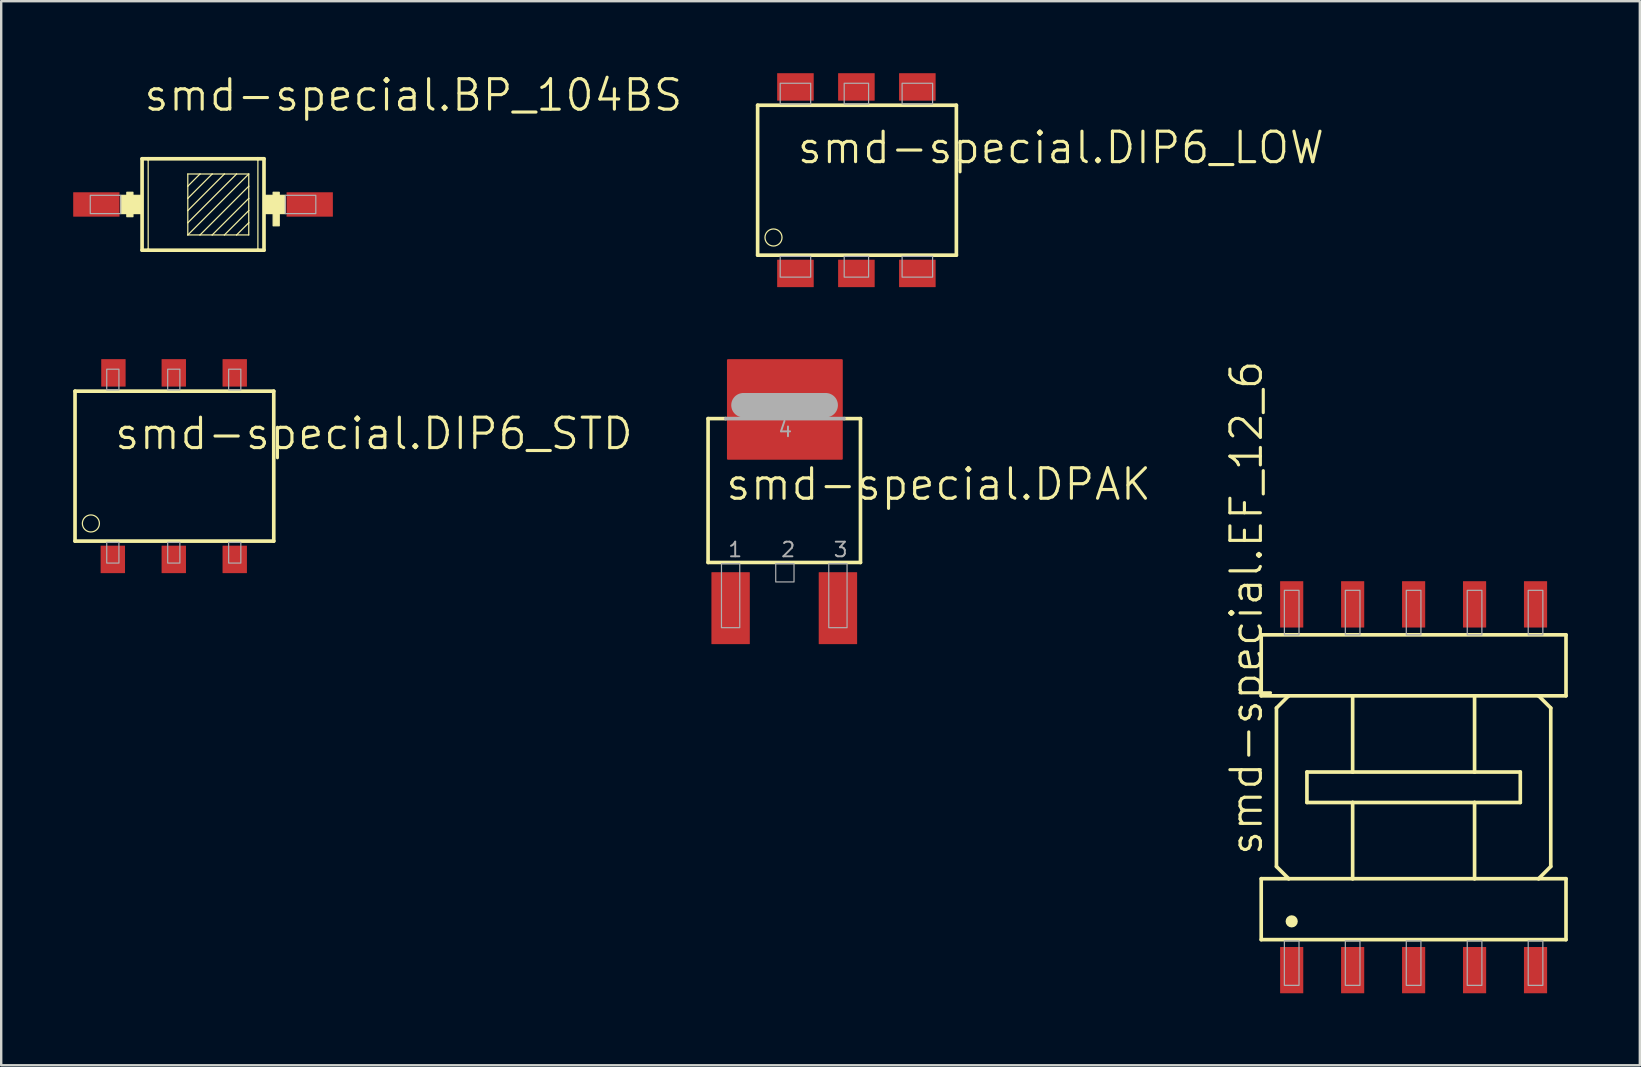
<source format=kicad_pcb>
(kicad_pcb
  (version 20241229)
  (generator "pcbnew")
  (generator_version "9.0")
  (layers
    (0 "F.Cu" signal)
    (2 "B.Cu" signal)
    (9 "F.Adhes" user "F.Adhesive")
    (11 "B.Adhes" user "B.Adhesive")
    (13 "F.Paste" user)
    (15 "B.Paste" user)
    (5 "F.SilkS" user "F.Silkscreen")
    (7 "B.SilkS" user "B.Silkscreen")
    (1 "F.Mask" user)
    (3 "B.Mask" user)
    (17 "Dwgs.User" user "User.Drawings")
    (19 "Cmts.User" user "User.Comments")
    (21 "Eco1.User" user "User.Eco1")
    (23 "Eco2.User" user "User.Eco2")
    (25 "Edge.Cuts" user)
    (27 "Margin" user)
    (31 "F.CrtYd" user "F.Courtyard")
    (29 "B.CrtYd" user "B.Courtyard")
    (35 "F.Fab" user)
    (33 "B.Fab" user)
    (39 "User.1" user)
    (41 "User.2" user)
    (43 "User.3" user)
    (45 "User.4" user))
  (footprint "smd-special.DPAK"
    (layer "F.Cu")
    (at 29.654 17.364)
    (property "Reference" "smd-special.DPAK" (at -2.54 0.508 0) (layer "F.SilkS") (effects (font (size 1.27 1.27) (thickness 0.13)) (justify left bottom)))
    (attr smd)
    (fp_line (start -3.2 -2.972) (end -3.2 3.023) (stroke (width 0.152) (type default)) (layer "F.SilkS"))
    (fp_line (start -3.2 -2.972) (end -2.464 -2.972) (stroke (width 0.152) (type default)) (layer "F.SilkS"))
    (fp_line (start 3.15 -2.972) (end 2.464 -2.972) (stroke (width 0.152) (type default)) (layer "F.SilkS"))
    (fp_line (start 3.15 3.023) (end -3.2 3.023) (stroke (width 0.152) (type default)) (layer "F.SilkS"))
    (fp_line (start 3.15 3.023) (end 3.15 -2.972) (stroke (width 0.152) (type default)) (layer "F.SilkS"))
    (fp_line (start -1.727 -3.531) (end 1.702 -3.531) (stroke (width 1.016) (type default)) (layer "F.Fab"))
    (fp_line (start 2.464 -2.972) (end -2.464 -2.972) (stroke (width 0.152) (type default)) (layer "F.Fab"))
    (fp_rect (start -2.642 5.74) (end -1.88 3.073) (stroke (width 0.05) (type default)) (fill no) (layer "F.Fab"))
    (fp_rect (start -0.381 3.835) (end 0.381 3.073) (stroke (width 0.05) (type default)) (fill no) (layer "F.Fab"))
    (fp_rect (start 1.829 5.74) (end 2.591 3.073) (stroke (width 0.05) (type default)) (fill no) (layer "F.Fab"))
    (fp_text user "2" (at -0.203 2.845 0) (layer "F.Fab") (effects (font (size 0.61 0.61) (thickness 0.08)) (justify left bottom)))
    (fp_text user "4" (at -0.33 -2.159 0) (layer "F.Fab") (effects (font (size 0.61 0.61) (thickness 0.08)) (justify left bottom)))
    (fp_text user "3" (at 1.981 2.845 0) (layer "F.Fab") (effects (font (size 0.61 0.61) (thickness 0.08)) (justify left bottom)))
    (fp_text user "1" (at -2.413 2.845 0) (layer "F.Fab") (effects (font (size 0.61 0.61) (thickness 0.08)) (justify left bottom)))
    (pad "1" smd roundrect (at -2.261 4.928) (size 1.6 2.997) (layers "F.Cu" "F.Mask" "F.Paste") (roundrect_rratio 0.01))
    (pad "3" smd roundrect (at 2.21 4.928) (size 1.6 2.997) (layers "F.Cu" "F.Mask" "F.Paste") (roundrect_rratio 0.01))
    (pad "4" smd roundrect (at 0 -3.353) (size 4.826 4.191) (layers "F.Cu" "F.Mask" "F.Paste") (roundrect_rratio 0.01)))
  (footprint "smd-special.DIP6_LOW"
    (layer "F.Cu")
    (at 32.634 4.458)
    (property "Reference" "smd-special.DIP6_LOW" (at -2.54 -0.61 0) (layer "F.SilkS") (effects (font (size 1.27 1.27) (thickness 0.13)) (justify left bottom)))
    (attr smd)
    (fp_line (start -4.115 -3.124) (end -4.115 3.124) (stroke (width 0.152) (type default)) (layer "F.SilkS"))
    (fp_line (start -4.115 3.124) (end 4.166 3.124) (stroke (width 0.152) (type default)) (layer "F.SilkS"))
    (fp_line (start 4.166 -3.124) (end -4.115 -3.124) (stroke (width 0.152) (type default)) (layer "F.SilkS"))
    (fp_line (start 4.166 3.124) (end 4.166 -3.124) (stroke (width 0.152) (type default)) (layer "F.SilkS"))
    (fp_circle (center -3.454 2.388) (end -3.099 2.388) (stroke (width 0.051) (type default)) (fill no) (layer "F.SilkS"))
    (fp_rect (start -3.175 -3.175) (end -1.905 -4.039) (stroke (width 0.05) (type default)) (fill no) (layer "F.Fab"))
    (fp_rect (start -3.175 4.039) (end -1.905 3.175) (stroke (width 0.05) (type default)) (fill no) (layer "F.Fab"))
    (fp_rect (start -0.508 -3.175) (end 0.508 -4.039) (stroke (width 0.05) (type default)) (fill no) (layer "F.Fab"))
    (fp_rect (start -0.508 4.039) (end 0.508 3.175) (stroke (width 0.05) (type default)) (fill no) (layer "F.Fab"))
    (fp_rect (start 1.905 -3.175) (end 3.175 -4.039) (stroke (width 0.05) (type default)) (fill no) (layer "F.Fab"))
    (fp_rect (start 1.905 4.039) (end 3.175 3.175) (stroke (width 0.05) (type default)) (fill no) (layer "F.Fab"))
    (pad "1" smd roundrect (at -2.54 3.886) (size 1.524 1.143) (layers "F.Cu" "F.Mask" "F.Paste") (roundrect_rratio 0.01))
    (pad "2" smd roundrect (at 0 3.886) (size 1.524 1.143) (layers "F.Cu" "F.Mask" "F.Paste") (roundrect_rratio 0.01))
    (pad "3" smd roundrect (at 2.54 3.886) (size 1.524 1.143) (layers "F.Cu" "F.Mask" "F.Paste") (roundrect_rratio 0.01))
    (pad "4" smd roundrect (at 2.54 -3.886) (size 1.524 1.143) (layers "F.Cu" "F.Mask" "F.Paste") (roundrect_rratio 0.01))
    (pad "5" smd roundrect (at 0 -3.886) (size 1.524 1.143) (layers "F.Cu" "F.Mask" "F.Paste") (roundrect_rratio 0.01))
    (pad "6" smd roundrect (at -2.54 -3.886) (size 1.524 1.143) (layers "F.Cu" "F.Mask" "F.Paste") (roundrect_rratio 0.01)))
  (footprint "smd-special.DIP6_STD"
    (layer "F.Cu")
    (at 4.191 16.373)
    (property "Reference" "smd-special.DIP6_STD" (at -2.54 -0.61 0) (layer "F.SilkS") (effects (font (size 1.27 1.27) (thickness 0.13)) (justify left bottom)))
    (attr smd)
    (fp_line (start -4.115 -3.124) (end -4.115 3.124) (stroke (width 0.152) (type default)) (layer "F.SilkS"))
    (fp_line (start -4.115 3.124) (end 4.166 3.124) (stroke (width 0.152) (type default)) (layer "F.SilkS"))
    (fp_line (start 4.166 -3.124) (end -4.115 -3.124) (stroke (width 0.152) (type default)) (layer "F.SilkS"))
    (fp_line (start 4.166 3.124) (end 4.166 -3.124) (stroke (width 0.152) (type default)) (layer "F.SilkS"))
    (fp_circle (center -3.454 2.388) (end -3.099 2.388) (stroke (width 0.051) (type default)) (fill no) (layer "F.SilkS"))
    (fp_rect (start -2.794 -3.175) (end -2.286 -4.039) (stroke (width 0.05) (type default)) (fill no) (layer "F.Fab"))
    (fp_rect (start -2.794 4.039) (end -2.286 3.175) (stroke (width 0.05) (type default)) (fill no) (layer "F.Fab"))
    (fp_rect (start -0.254 -3.175) (end 0.254 -4.039) (stroke (width 0.05) (type default)) (fill no) (layer "F.Fab"))
    (fp_rect (start -0.254 4.039) (end 0.254 3.175) (stroke (width 0.05) (type default)) (fill no) (layer "F.Fab"))
    (fp_rect (start 2.286 -3.175) (end 2.794 -4.039) (stroke (width 0.05) (type default)) (fill no) (layer "F.Fab"))
    (fp_rect (start 2.286 4.039) (end 2.794 3.175) (stroke (width 0.05) (type default)) (fill no) (layer "F.Fab"))
    (pad "1" smd roundrect (at -2.54 3.886) (size 1.016 1.143) (layers "F.Cu" "F.Mask" "F.Paste") (roundrect_rratio 0.01))
    (pad "2" smd roundrect (at 0 3.886) (size 1.016 1.143) (layers "F.Cu" "F.Mask" "F.Paste") (roundrect_rratio 0.01))
    (pad "3" smd roundrect (at 2.54 3.886) (size 1.016 1.143) (layers "F.Cu" "F.Mask" "F.Paste") (roundrect_rratio 0.01))
    (pad "4" smd roundrect (at 2.54 -3.886) (size 1.016 1.143) (layers "F.Cu" "F.Mask" "F.Paste") (roundrect_rratio 0.01))
    (pad "5" smd roundrect (at 0 -3.886) (size 1.016 1.143) (layers "F.Cu" "F.Mask" "F.Paste") (roundrect_rratio 0.01))
    (pad "6" smd roundrect (at -2.515 -3.886) (size 1.016 1.143) (layers "F.Cu" "F.Mask" "F.Paste") (roundrect_rratio 0.01)))
  (footprint "smd-special.EF_12_6"
    (layer "F.Cu")
    (at 55.852 29.753)
    (property "Reference" "smd-special.EF_12_6" (at -6.223 2.921 90) (layer "F.SilkS") (effects (font (size 1.27 1.27) (thickness 0.13)) (justify left bottom)))
    (attr smd)
    (fp_line (start -6.35 -6.35) (end -6.35 -3.81) (stroke (width 0.152) (type default)) (layer "F.SilkS"))
    (fp_line (start -6.35 6.35) (end -6.35 3.81) (stroke (width 0.152) (type default)) (layer "F.SilkS"))
    (fp_line (start -6.35 6.35) (end 6.35 6.35) (stroke (width 0.152) (type default)) (layer "F.SilkS"))
    (fp_line (start -5.715 -3.302) (end -5.715 3.302) (stroke (width 0.152) (type default)) (layer "F.SilkS"))
    (fp_line (start -5.715 -3.302) (end -5.207 -3.81) (stroke (width 0.152) (type default)) (layer "F.SilkS"))
    (fp_line (start -5.207 -3.81) (end -6.35 -3.81) (stroke (width 0.152) (type default)) (layer "F.SilkS"))
    (fp_line (start -5.207 3.81) (end -6.35 3.81) (stroke (width 0.152) (type default)) (layer "F.SilkS"))
    (fp_line (start -5.207 3.81) (end -5.715 3.302) (stroke (width 0.152) (type default)) (layer "F.SilkS"))
    (fp_line (start -4.445 -0.635) (end -4.445 0.635) (stroke (width 0.152) (type default)) (layer "F.SilkS"))
    (fp_line (start -4.445 -0.635) (end -2.54 -0.635) (stroke (width 0.152) (type default)) (layer "F.SilkS"))
    (fp_line (start -2.54 -3.81) (end -5.207 -3.81) (stroke (width 0.152) (type default)) (layer "F.SilkS"))
    (fp_line (start -2.54 -3.81) (end -2.54 -0.635) (stroke (width 0.152) (type default)) (layer "F.SilkS"))
    (fp_line (start -2.54 -0.635) (end 2.54 -0.635) (stroke (width 0.152) (type default)) (layer "F.SilkS"))
    (fp_line (start -2.54 0.635) (end -4.445 0.635) (stroke (width 0.152) (type default)) (layer "F.SilkS"))
    (fp_line (start -2.54 3.81) (end -5.207 3.81) (stroke (width 0.152) (type default)) (layer "F.SilkS"))
    (fp_line (start -2.54 3.81) (end -2.54 0.635) (stroke (width 0.152) (type default)) (layer "F.SilkS"))
    (fp_line (start 2.54 -3.81) (end -2.54 -3.81) (stroke (width 0.152) (type default)) (layer "F.SilkS"))
    (fp_line (start 2.54 -3.81) (end 2.54 -0.635) (stroke (width 0.152) (type default)) (layer "F.SilkS"))
    (fp_line (start 2.54 -0.635) (end 4.445 -0.635) (stroke (width 0.152) (type default)) (layer "F.SilkS"))
    (fp_line (start 2.54 0.635) (end -2.54 0.635) (stroke (width 0.152) (type default)) (layer "F.SilkS"))
    (fp_line (start 2.54 3.81) (end -2.54 3.81) (stroke (width 0.152) (type default)) (layer "F.SilkS"))
    (fp_line (start 2.54 3.81) (end 2.54 0.635) (stroke (width 0.152) (type default)) (layer "F.SilkS"))
    (fp_line (start 4.445 0.635) (end 2.54 0.635) (stroke (width 0.152) (type default)) (layer "F.SilkS"))
    (fp_line (start 4.445 0.635) (end 4.445 -0.635) (stroke (width 0.152) (type default)) (layer "F.SilkS"))
    (fp_line (start 5.207 -3.81) (end 2.54 -3.81) (stroke (width 0.152) (type default)) (layer "F.SilkS"))
    (fp_line (start 5.207 -3.81) (end 5.715 -3.302) (stroke (width 0.152) (type default)) (layer "F.SilkS"))
    (fp_line (start 5.207 3.81) (end 2.54 3.81) (stroke (width 0.152) (type default)) (layer "F.SilkS"))
    (fp_line (start 5.715 3.302) (end 5.207 3.81) (stroke (width 0.152) (type default)) (layer "F.SilkS"))
    (fp_line (start 5.715 3.302) (end 5.715 -3.302) (stroke (width 0.152) (type default)) (layer "F.SilkS"))
    (fp_line (start 6.35 -6.35) (end -6.35 -6.35) (stroke (width 0.152) (type default)) (layer "F.SilkS"))
    (fp_line (start 6.35 -3.81) (end 5.207 -3.81) (stroke (width 0.152) (type default)) (layer "F.SilkS"))
    (fp_line (start 6.35 -3.81) (end 6.35 -6.35) (stroke (width 0.152) (type default)) (layer "F.SilkS"))
    (fp_line (start 6.35 3.81) (end 5.207 3.81) (stroke (width 0.152) (type default)) (layer "F.SilkS"))
    (fp_line (start 6.35 3.81) (end 6.35 6.35) (stroke (width 0.152) (type default)) (layer "F.SilkS"))
    (fp_circle (center -5.08 5.588) (end -4.953 5.588) (stroke (width 0.254) (type default)) (fill no) (layer "F.SilkS"))
    (fp_rect (start -5.385 -6.35) (end -4.775 -8.204) (stroke (width 0.05) (type default)) (fill no) (layer "F.Fab"))
    (fp_rect (start -5.385 8.255) (end -4.775 6.401) (stroke (width 0.05) (type default)) (fill no) (layer "F.Fab"))
    (fp_rect (start -2.845 -6.35) (end -2.235 -8.204) (stroke (width 0.05) (type default)) (fill no) (layer "F.Fab"))
    (fp_rect (start -2.845 8.255) (end -2.235 6.401) (stroke (width 0.05) (type default)) (fill no) (layer "F.Fab"))
    (fp_rect (start -0.305 -6.35) (end 0.305 -8.204) (stroke (width 0.05) (type default)) (fill no) (layer "F.Fab"))
    (fp_rect (start -0.305 8.255) (end 0.305 6.401) (stroke (width 0.05) (type default)) (fill no) (layer "F.Fab"))
    (fp_rect (start 2.235 -6.35) (end 2.845 -8.204) (stroke (width 0.05) (type default)) (fill no) (layer "F.Fab"))
    (fp_rect (start 2.235 8.255) (end 2.845 6.401) (stroke (width 0.05) (type default)) (fill no) (layer "F.Fab"))
    (fp_rect (start 4.775 -6.35) (end 5.385 -8.204) (stroke (width 0.05) (type default)) (fill no) (layer "F.Fab"))
    (fp_rect (start 4.775 8.255) (end 5.385 6.401) (stroke (width 0.05) (type default)) (fill no) (layer "F.Fab"))
    (pad "1" smd roundrect (at -5.08 7.62) (size 0.965 1.93) (layers "F.Cu" "F.Mask" "F.Paste") (roundrect_rratio 0.01))
    (pad "2" smd roundrect (at -2.54 7.62) (size 0.965 1.93) (layers "F.Cu" "F.Mask" "F.Paste") (roundrect_rratio 0.01))
    (pad "3" smd roundrect (at 0 7.62) (size 0.965 1.93) (layers "F.Cu" "F.Mask" "F.Paste") (roundrect_rratio 0.01))
    (pad "4" smd roundrect (at 2.54 7.62) (size 0.965 1.93) (layers "F.Cu" "F.Mask" "F.Paste") (roundrect_rratio 0.01))
    (pad "5" smd roundrect (at 5.08 7.62) (size 0.965 1.93) (layers "F.Cu" "F.Mask" "F.Paste") (roundrect_rratio 0.01))
    (pad "6" smd roundrect (at 5.08 -7.62) (size 0.965 1.93) (layers "F.Cu" "F.Mask" "F.Paste") (roundrect_rratio 0.01))
    (pad "7" smd roundrect (at 2.54 -7.62) (size 0.965 1.93) (layers "F.Cu" "F.Mask" "F.Paste") (roundrect_rratio 0.01))
    (pad "8" smd roundrect (at 0 -7.62) (size 0.965 1.93) (layers "F.Cu" "F.Mask" "F.Paste") (roundrect_rratio 0.01))
    (pad "9" smd roundrect (at -2.54 -7.62) (size 0.965 1.93) (layers "F.Cu" "F.Mask" "F.Paste") (roundrect_rratio 0.01))
    (pad "10" smd roundrect (at -5.08 -7.62) (size 0.965 1.93) (layers "F.Cu" "F.Mask" "F.Paste") (roundrect_rratio 0.01)))
  (footprint "smd-special.BP_104BS"
    (layer "F.Cu")
    (at 5.41 5.47)
    (property "Reference" "smd-special.BP_104BS" (at -2.54 -3.81 0) (layer "F.SilkS") (effects (font (size 1.27 1.27) (thickness 0.13)) (justify left bottom)))
    (attr smd)
    (fp_line (start -2.54 1.905) (end -2.54 -1.905) (stroke (width 0.152) (type default)) (layer "F.SilkS"))
    (fp_line (start -2.54 1.905) (end -2.286 1.905) (stroke (width 0.152) (type default)) (layer "F.SilkS"))
    (fp_line (start -2.286 -1.905) (end -2.54 -1.905) (stroke (width 0.152) (type default)) (layer "F.SilkS"))
    (fp_line (start -2.286 -1.905) (end -2.286 1.905) (stroke (width 0.051) (type default)) (layer "F.SilkS"))
    (fp_line (start -2.286 1.905) (end 2.286 1.905) (stroke (width 0.152) (type default)) (layer "F.SilkS"))
    (fp_line (start -0.635 -1.27) (end -0.635 -0.762) (stroke (width 0.051) (type default)) (layer "F.SilkS"))
    (fp_line (start -0.635 -1.27) (end -0.127 -1.27) (stroke (width 0.051) (type default)) (layer "F.SilkS"))
    (fp_line (start -0.635 -0.762) (end -0.635 -0.254) (stroke (width 0.051) (type default)) (layer "F.SilkS"))
    (fp_line (start -0.635 -0.254) (end -0.635 0.254) (stroke (width 0.051) (type default)) (layer "F.SilkS"))
    (fp_line (start -0.635 -0.254) (end 0.381 -1.27) (stroke (width 0.051) (type default)) (layer "F.SilkS"))
    (fp_line (start -0.635 0.254) (end -0.635 0.762) (stroke (width 0.051) (type default)) (layer "F.SilkS"))
    (fp_line (start -0.635 0.254) (end 0.889 -1.27) (stroke (width 0.051) (type default)) (layer "F.SilkS"))
    (fp_line (start -0.635 0.762) (end -0.635 1.27) (stroke (width 0.051) (type default)) (layer "F.SilkS"))
    (fp_line (start -0.635 0.762) (end 1.397 -1.27) (stroke (width 0.051) (type default)) (layer "F.SilkS"))
    (fp_line (start -0.635 1.27) (end 1.905 -1.27) (stroke (width 0.051) (type default)) (layer "F.SilkS"))
    (fp_line (start -0.127 -1.27) (end -0.635 -0.762) (stroke (width 0.051) (type default)) (layer "F.SilkS"))
    (fp_line (start -0.127 -1.27) (end 0.381 -1.27) (stroke (width 0.051) (type default)) (layer "F.SilkS"))
    (fp_line (start -0.127 1.27) (end -0.635 1.27) (stroke (width 0.051) (type default)) (layer "F.SilkS"))
    (fp_line (start 0.381 -1.27) (end 0.889 -1.27) (stroke (width 0.051) (type default)) (layer "F.SilkS"))
    (fp_line (start 0.381 1.27) (end -0.127 1.27) (stroke (width 0.051) (type default)) (layer "F.SilkS"))
    (fp_line (start 0.889 -1.27) (end 1.397 -1.27) (stroke (width 0.051) (type default)) (layer "F.SilkS"))
    (fp_line (start 0.889 1.27) (end 0.381 1.27) (stroke (width 0.051) (type default)) (layer "F.SilkS"))
    (fp_line (start 1.397 -1.27) (end 1.905 -1.27) (stroke (width 0.051) (type default)) (layer "F.SilkS"))
    (fp_line (start 1.397 1.27) (end 0.889 1.27) (stroke (width 0.051) (type default)) (layer "F.SilkS"))
    (fp_line (start 1.397 1.27) (end 1.905 0.762) (stroke (width 0.051) (type default)) (layer "F.SilkS"))
    (fp_line (start 1.905 -0.762) (end -0.127 1.27) (stroke (width 0.051) (type default)) (layer "F.SilkS"))
    (fp_line (start 1.905 -0.762) (end 1.905 -1.27) (stroke (width 0.051) (type default)) (layer "F.SilkS"))
    (fp_line (start 1.905 -0.254) (end 0.381 1.27) (stroke (width 0.051) (type default)) (layer "F.SilkS"))
    (fp_line (start 1.905 -0.254) (end 1.905 -0.762) (stroke (width 0.051) (type default)) (layer "F.SilkS"))
    (fp_line (start 1.905 0.254) (end 0.889 1.27) (stroke (width 0.051) (type default)) (layer "F.SilkS"))
    (fp_line (start 1.905 0.254) (end 1.905 -0.254) (stroke (width 0.051) (type default)) (layer "F.SilkS"))
    (fp_line (start 1.905 0.762) (end 1.905 0.254) (stroke (width 0.051) (type default)) (layer "F.SilkS"))
    (fp_line (start 1.905 1.27) (end 1.397 1.27) (stroke (width 0.051) (type default)) (layer "F.SilkS"))
    (fp_line (start 1.905 1.27) (end 1.905 0.762) (stroke (width 0.051) (type default)) (layer "F.SilkS"))
    (fp_line (start 2.286 -1.905) (end -2.286 -1.905) (stroke (width 0.152) (type default)) (layer "F.SilkS"))
    (fp_line (start 2.286 -1.905) (end 2.286 1.905) (stroke (width 0.051) (type default)) (layer "F.SilkS"))
    (fp_line (start 2.286 1.905) (end 2.54 1.905) (stroke (width 0.152) (type default)) (layer "F.SilkS"))
    (fp_line (start 2.54 -1.905) (end 2.286 -1.905) (stroke (width 0.152) (type default)) (layer "F.SilkS"))
    (fp_line (start 2.54 -1.905) (end 2.54 1.905) (stroke (width 0.152) (type default)) (layer "F.SilkS"))
    (fp_rect (start -3.429 0.381) (end -2.54 -0.381) (stroke (width 0.05) (type default)) (fill yes) (layer "F.SilkS"))
    (fp_rect (start -3.175 0.508) (end -2.921 -0.508) (stroke (width 0.05) (type default)) (fill yes) (layer "F.SilkS"))
    (fp_rect (start 2.54 0.381) (end 3.429 -0.381) (stroke (width 0.05) (type default)) (fill yes) (layer "F.SilkS"))
    (fp_rect (start 2.921 0.889) (end 3.175 -0.508) (stroke (width 0.05) (type default)) (fill yes) (layer "F.SilkS"))
    (fp_rect (start -4.699 0.381) (end -3.429 -0.381) (stroke (width 0.05) (type default)) (fill no) (layer "F.Fab"))
    (fp_rect (start 3.429 0.381) (end 4.699 -0.381) (stroke (width 0.05) (type default)) (fill no) (layer "F.Fab"))
    (pad "A" smd roundrect (at -4.445 0) (size 1.93 1.016) (layers "F.Cu" "F.Mask" "F.Paste") (roundrect_rratio 0.01))
    (pad "K" smd roundrect (at 4.445 0) (size 1.93 1.016) (layers "F.Cu" "F.Mask" "F.Paste") (roundrect_rratio 0.01)))
  (gr_rect
    (start -3 -3)
    (end 65.278 41.338)
    (stroke (width 0.1) (type default))
    (fill no)
    (layer "Edge.Cuts")))
</source>
